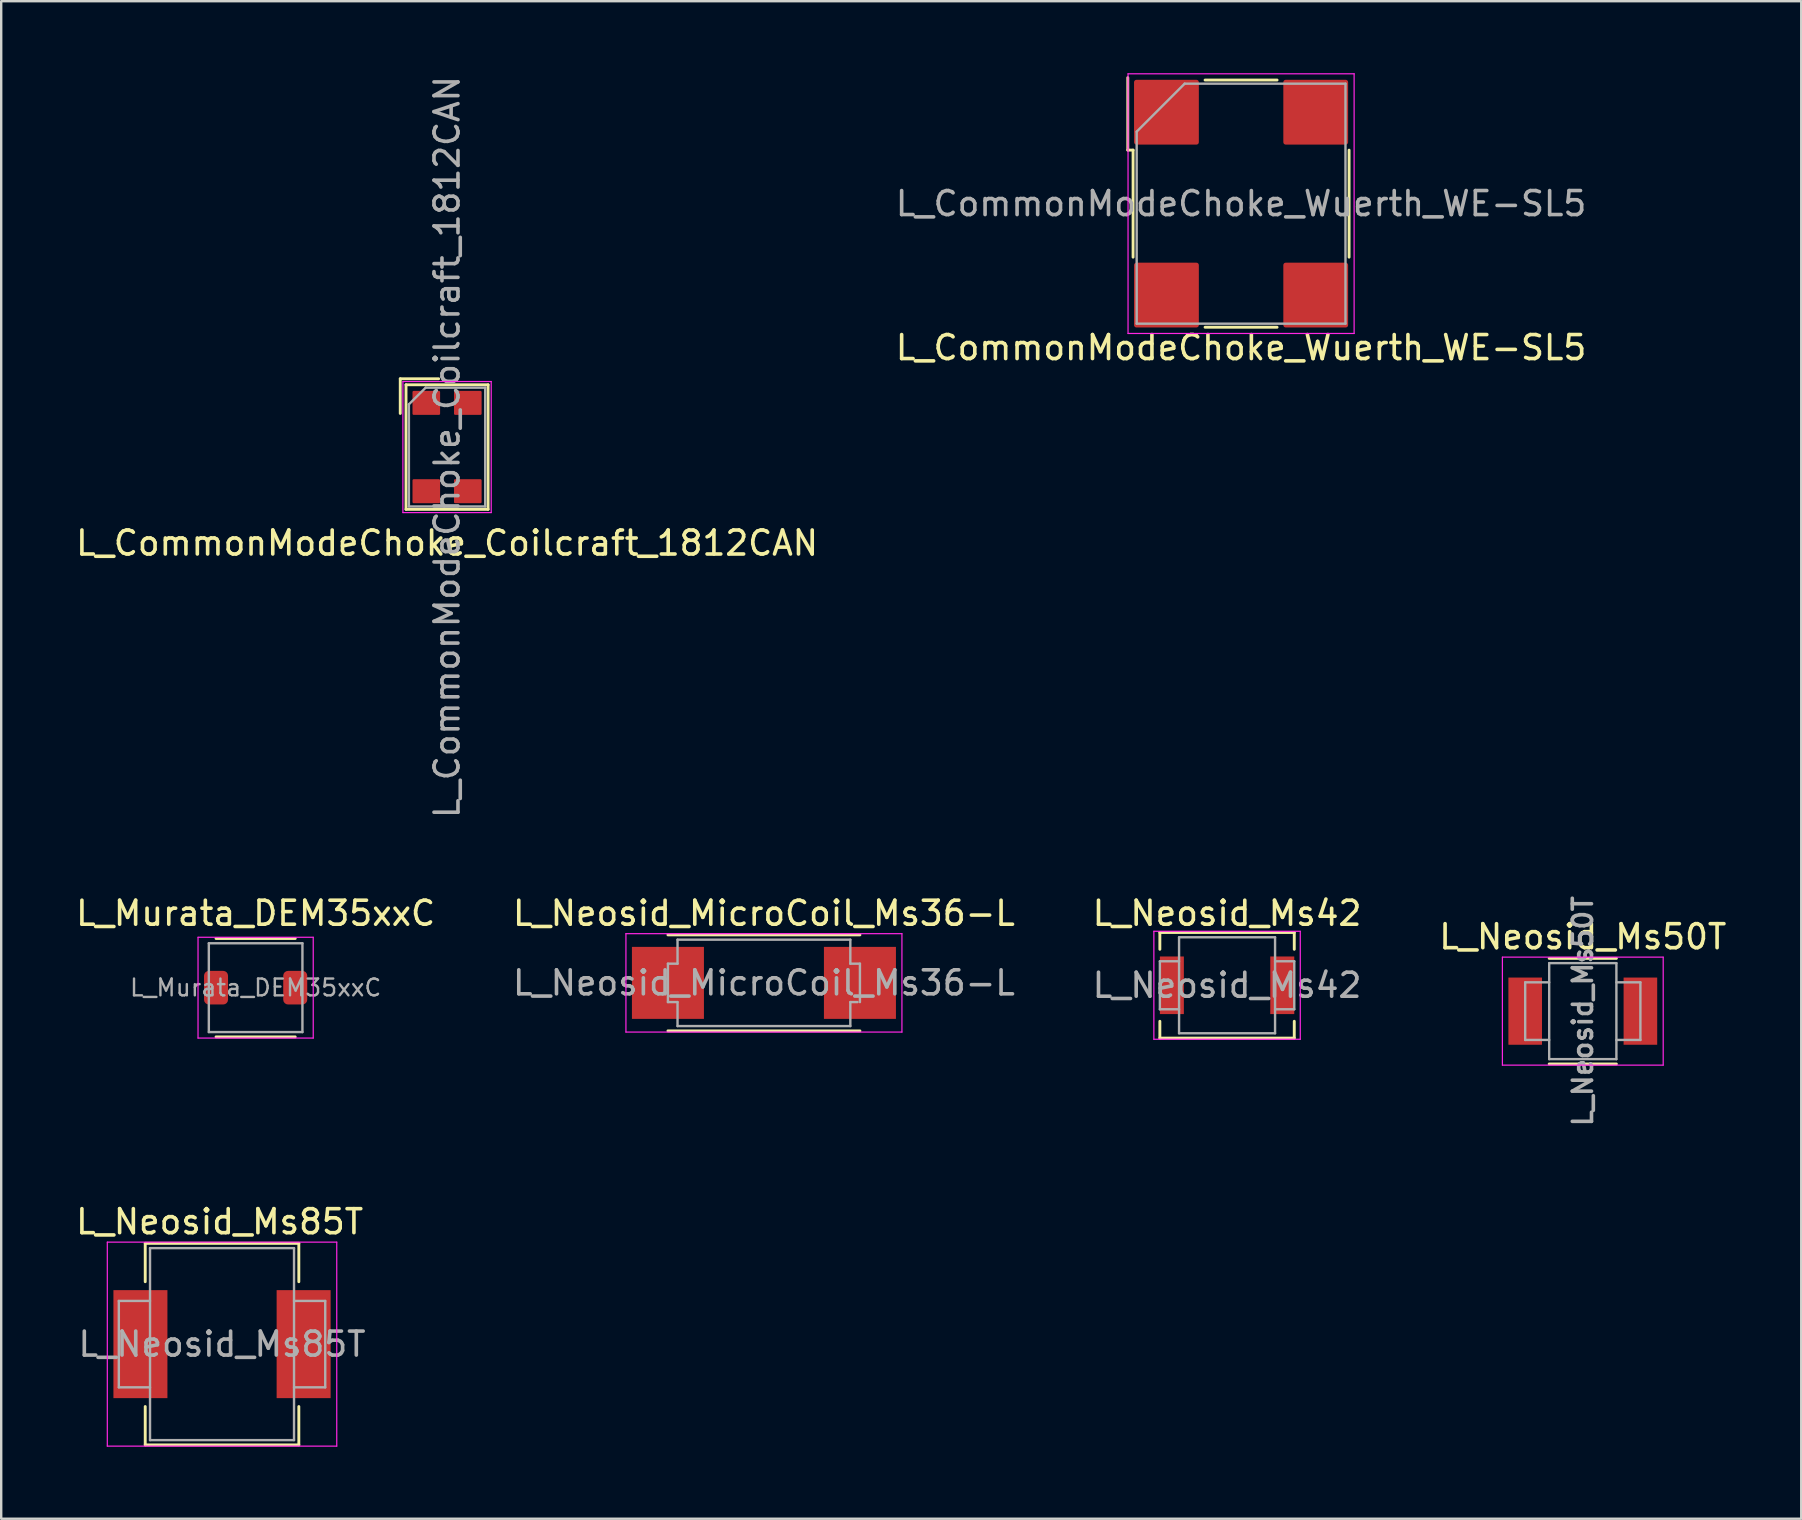
<source format=kicad_pcb>
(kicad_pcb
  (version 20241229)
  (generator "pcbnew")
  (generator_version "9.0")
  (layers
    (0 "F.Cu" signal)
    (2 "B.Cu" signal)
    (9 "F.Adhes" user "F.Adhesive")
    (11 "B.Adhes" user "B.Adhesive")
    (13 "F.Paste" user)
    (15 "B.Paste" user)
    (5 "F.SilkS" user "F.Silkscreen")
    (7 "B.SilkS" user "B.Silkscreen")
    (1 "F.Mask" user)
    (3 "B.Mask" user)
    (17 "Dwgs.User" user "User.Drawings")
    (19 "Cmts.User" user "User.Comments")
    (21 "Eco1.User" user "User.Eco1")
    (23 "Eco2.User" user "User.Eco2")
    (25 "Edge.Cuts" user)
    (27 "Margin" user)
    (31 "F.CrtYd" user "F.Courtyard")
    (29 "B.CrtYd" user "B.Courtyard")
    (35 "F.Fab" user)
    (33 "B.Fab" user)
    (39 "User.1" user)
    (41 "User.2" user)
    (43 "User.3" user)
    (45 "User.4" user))
  (footprint "L_Neosid_Ms85T"
    (layer "F.Cu")
    (at 6.201 52.955)
    (property "Reference" "L_Neosid_Ms85T" (at -0.1 -5.1 0) (layer "F.SilkS") (effects (font (size 1 1) (thickness 0.15))))
    (attr smd)
    (fp_line (start -3.2 -4.2) (end -3.2 -2.6) (stroke (width 0.12) (type solid)) (layer "F.SilkS"))
    (fp_line (start -3.2 2.6) (end -3.2 4.2) (stroke (width 0.12) (type solid)) (layer "F.SilkS"))
    (fp_line (start -3.2 4.2) (end 3.2 4.2) (stroke (width 0.12) (type solid)) (layer "F.SilkS"))
    (fp_line (start 3.2 -4.2) (end -3.2 -4.2) (stroke (width 0.12) (type solid)) (layer "F.SilkS"))
    (fp_line (start 3.2 -2.6) (end 3.2 -4.2) (stroke (width 0.12) (type solid)) (layer "F.SilkS"))
    (fp_line (start 3.2 4.2) (end 3.2 2.6) (stroke (width 0.12) (type solid)) (layer "F.SilkS"))
    (fp_line (start -4.78 -4.25) (end -4.78 4.25) (stroke (width 0.05) (type solid)) (layer "F.CrtYd"))
    (fp_line (start -4.78 -4.25) (end 4.78 -4.25) (stroke (width 0.05) (type solid)) (layer "F.CrtYd"))
    (fp_line (start 4.78 4.25) (end -4.78 4.25) (stroke (width 0.05) (type solid)) (layer "F.CrtYd"))
    (fp_line (start 4.78 4.25) (end 4.78 -4.25) (stroke (width 0.05) (type solid)) (layer "F.CrtYd"))
    (fp_line (start -4.3 -1.8) (end -4.3 1.8) (stroke (width 0.1) (type solid)) (layer "F.Fab"))
    (fp_line (start -4.3 -1.8) (end -3 -1.8) (stroke (width 0.1) (type solid)) (layer "F.Fab"))
    (fp_line (start -4.3 1.8) (end -3 1.8) (stroke (width 0.1) (type solid)) (layer "F.Fab"))
    (fp_line (start -3 -4) (end 3 -4) (stroke (width 0.1) (type solid)) (layer "F.Fab"))
    (fp_line (start -3 4) (end -3 -4) (stroke (width 0.1) (type solid)) (layer "F.Fab"))
    (fp_line (start 3 -4) (end 3 4) (stroke (width 0.1) (type solid)) (layer "F.Fab"))
    (fp_line (start 3 1.8) (end 4.3 1.8) (stroke (width 0.1) (type solid)) (layer "F.Fab"))
    (fp_line (start 3 4) (end -3 4) (stroke (width 0.1) (type solid)) (layer "F.Fab"))
    (fp_line (start 4.3 -1.8) (end 3 -1.8) (stroke (width 0.1) (type solid)) (layer "F.Fab"))
    (fp_line (start 4.3 1.8) (end 4.3 -1.8) (stroke (width 0.1) (type solid)) (layer "F.Fab"))
    (fp_text user "${REFERENCE}" (at 0 0 0) (layer "F.Fab") (effects (font (size 1 1) (thickness 0.15))))
    (pad "1" smd rect (at -3.4 0) (size 2.25 4.5) (layers "F.Cu" "F.Mask" "F.Paste"))
    (pad "2" smd rect (at 3.4 0) (size 2.25 4.5) (layers "F.Cu" "F.Mask" "F.Paste")))
  (footprint "L_Neosid_MicroCoil_Ms36-L"
    (layer "F.Cu")
    (at 28.78 37.903)
    (property "Reference" "L_Neosid_MicroCoil_Ms36-L" (at 0 -2.9 0) (layer "F.SilkS") (effects (font (size 1 1) (thickness 0.15))))
    (attr smd)
    (fp_line (start 4 -2) (end -4 -2) (stroke (width 0.12) (type solid)) (layer "F.SilkS"))
    (fp_line (start 4 2) (end -4 2) (stroke (width 0.12) (type solid)) (layer "F.SilkS"))
    (fp_line (start -5.75 -2.05) (end -5.75 2.05) (stroke (width 0.05) (type solid)) (layer "F.CrtYd"))
    (fp_line (start -5.75 -2.05) (end 5.75 -2.05) (stroke (width 0.05) (type solid)) (layer "F.CrtYd"))
    (fp_line (start 5.75 2.05) (end -5.75 2.05) (stroke (width 0.05) (type solid)) (layer "F.CrtYd"))
    (fp_line (start 5.75 2.05) (end 5.75 -2.05) (stroke (width 0.05) (type solid)) (layer "F.CrtYd"))
    (fp_line (start -4 -0.8) (end -3.6 -0.8) (stroke (width 0.1) (type solid)) (layer "F.Fab"))
    (fp_line (start -4 0.8) (end -4 -0.8) (stroke (width 0.1) (type solid)) (layer "F.Fab"))
    (fp_line (start -4 0.8) (end -3.6 0.8) (stroke (width 0.1) (type solid)) (layer "F.Fab"))
    (fp_line (start -3.6 -1.8) (end 3.6 -1.8) (stroke (width 0.1) (type solid)) (layer "F.Fab"))
    (fp_line (start -3.6 -0.8) (end -3.6 -1.8) (stroke (width 0.1) (type solid)) (layer "F.Fab"))
    (fp_line (start -3.6 1.8) (end -3.6 0.8) (stroke (width 0.1) (type solid)) (layer "F.Fab"))
    (fp_line (start 3.6 -0.8) (end 3.6 -1.8) (stroke (width 0.1) (type solid)) (layer "F.Fab"))
    (fp_line (start 3.6 0.8) (end 3.9 0.8) (stroke (width 0.1) (type solid)) (layer "F.Fab"))
    (fp_line (start 3.6 1.8) (end -3.6 1.8) (stroke (width 0.1) (type solid)) (layer "F.Fab"))
    (fp_line (start 3.6 1.8) (end 3.6 0.8) (stroke (width 0.1) (type solid)) (layer "F.Fab"))
    (fp_line (start 4 -0.8) (end 3.6 -0.8) (stroke (width 0.1) (type solid)) (layer "F.Fab"))
    (fp_line (start 4 -0.8) (end 4 0.8) (stroke (width 0.1) (type solid)) (layer "F.Fab"))
    (fp_text user "${REFERENCE}" (at 0 0 0) (layer "F.Fab") (effects (font (size 1 1) (thickness 0.15))))
    (pad "1" smd rect (at -4 0) (size 3 3) (layers "F.Cu" "F.Mask" "F.Paste"))
    (pad "2" smd rect (at 4 0) (size 3 3) (layers "F.Cu" "F.Mask" "F.Paste")))
  (footprint "L_Murata_DEM35xxC"
    (layer "F.Cu")
    (at 7.601 38.103)
    (property "Reference" "L_Murata_DEM35xxC" (at 0 -3.1 0) (layer "F.SilkS") (effects (font (size 1 1) (thickness 0.15))))
    (attr smd)
    (fp_line (start -1.65 -2.05) (end 1.65 -2.05) (stroke (width 0.12) (type solid)) (layer "F.SilkS"))
    (fp_line (start -1.65 2.05) (end 1.65 2.05) (stroke (width 0.12) (type solid)) (layer "F.SilkS"))
    (fp_line (start -2.4 -2.1) (end -2.4 2.1) (stroke (width 0.05) (type solid)) (layer "F.CrtYd"))
    (fp_line (start -2.4 2.1) (end 2.4 2.1) (stroke (width 0.05) (type solid)) (layer "F.CrtYd"))
    (fp_line (start 2.4 -2.1) (end -2.4 -2.1) (stroke (width 0.05) (type solid)) (layer "F.CrtYd"))
    (fp_line (start 2.4 2.1) (end 2.4 -2.1) (stroke (width 0.05) (type solid)) (layer "F.CrtYd"))
    (fp_line (start -1.95 -1.85) (end 1.95 -1.85) (stroke (width 0.1) (type solid)) (layer "F.Fab"))
    (fp_line (start -1.95 1.85) (end -1.95 -1.85) (stroke (width 0.1) (type solid)) (layer "F.Fab"))
    (fp_line (start 1.95 -1.85) (end 1.95 1.85) (stroke (width 0.1) (type solid)) (layer "F.Fab"))
    (fp_line (start 1.95 1.85) (end -1.95 1.85) (stroke (width 0.1) (type solid)) (layer "F.Fab"))
    (fp_text user "${REFERENCE}" (at 0 0 0) (layer "F.Fab") (effects (font (size 0.7 0.7) (thickness 0.1))))
    (pad "1" smd roundrect (at -1.65 0) (size 1 1.4) (layers "F.Cu" "F.Mask" "F.Paste") (roundrect_rratio 0.2))
    (pad "2" smd roundrect (at 1.65 0) (size 1 1.4) (layers "F.Cu" "F.Mask" "F.Paste") (roundrect_rratio 0.2)))
  (footprint "L_CommonModeChoke_Wuerth_WE-SL5"
    (layer "F.Cu")
    (at 48.661 5.435)
    (property "Reference" "L_CommonModeChoke_Wuerth_WE-SL5" (at 0 6 0) (layer "F.SilkS") (effects (font (size 1 1) (thickness 0.15))))
    (attr smd)
    (fp_line (start -4.72 -2.23) (end -4.72 -5.25) (stroke (width 0.12) (type solid)) (layer "F.SilkS"))
    (fp_line (start -4.5 -2.23) (end -4.72 -2.23) (stroke (width 0.12) (type solid)) (layer "F.SilkS"))
    (fp_line (start -4.5 2.23) (end -4.5 -2.23) (stroke (width 0.12) (type solid)) (layer "F.SilkS"))
    (fp_line (start -1.5 -5.15) (end 1.5 -5.15) (stroke (width 0.12) (type solid)) (layer "F.SilkS"))
    (fp_line (start -1.5 5.15) (end 1.5 5.15) (stroke (width 0.12) (type solid)) (layer "F.SilkS"))
    (fp_line (start 4.5 2.23) (end 4.5 -2.23) (stroke (width 0.12) (type solid)) (layer "F.SilkS"))
    (fp_line (start -4.71 -5.41) (end 4.71 -5.41) (stroke (width 0.05) (type solid)) (layer "F.CrtYd"))
    (fp_line (start -4.71 5.41) (end -4.71 -5.41) (stroke (width 0.05) (type solid)) (layer "F.CrtYd"))
    (fp_line (start -4.71 5.41) (end 4.71 5.41) (stroke (width 0.05) (type solid)) (layer "F.CrtYd"))
    (fp_line (start 4.71 5.41) (end 4.71 -5.41) (stroke (width 0.05) (type solid)) (layer "F.CrtYd"))
    (fp_line (start -4.35 -3) (end -2.35 -5) (stroke (width 0.1) (type solid)) (layer "F.Fab"))
    (fp_line (start -4.35 5) (end -4.35 -3) (stroke (width 0.1) (type solid)) (layer "F.Fab"))
    (fp_line (start -2.35 -5) (end 4.35 -5) (stroke (width 0.1) (type solid)) (layer "F.Fab"))
    (fp_line (start 4.35 -5) (end 4.35 5) (stroke (width 0.1) (type solid)) (layer "F.Fab"))
    (fp_line (start 4.35 5) (end -4.35 5) (stroke (width 0.1) (type solid)) (layer "F.Fab"))
    (fp_text user "${REFERENCE}" (at 0 0 0) (layer "F.Fab") (effects (font (size 1 1) (thickness 0.15))))
    (pad "1" smd roundrect (at -3.11 -3.81 90) (size 2.7 2.7) (layers "F.Cu" "F.Mask" "F.Paste") (roundrect_rratio 0.037))
    (pad "2" smd roundrect (at -3.11 3.81 90) (size 2.7 2.7) (layers "F.Cu" "F.Mask" "F.Paste") (roundrect_rratio 0.037))
    (pad "3" smd roundrect (at 3.11 3.81 90) (size 2.7 2.7) (layers "F.Cu" "F.Mask" "F.Paste") (roundrect_rratio 0.037))
    (pad "4" smd roundrect (at 3.11 -3.81 90) (size 2.7 2.7) (layers "F.Cu" "F.Mask" "F.Paste") (roundrect_rratio 0.037)))
  (footprint "L_CommonModeChoke_Coilcraft_1812CAN"
    (layer "F.Cu")
    (at 15.577 15.577)
    (property "Reference" "L_CommonModeChoke_Coilcraft_1812CAN" (at 0 4 0) (layer "F.SilkS") (effects (font (size 1 1) (thickness 0.15))))
    (attr smd)
    (fp_line (start -1.95 -2.845) (end -1.95 -1.4) (stroke (width 0.12) (type solid)) (layer "F.SilkS"))
    (fp_line (start -1.95 -2.845) (end -0.35 -2.845) (stroke (width 0.12) (type solid)) (layer "F.SilkS"))
    (fp_line (start -1.71 -2.595) (end -1.71 2.595) (stroke (width 0.12) (type solid)) (layer "F.SilkS"))
    (fp_line (start -1.71 -2.595) (end 1.71 -2.595) (stroke (width 0.12) (type solid)) (layer "F.SilkS"))
    (fp_line (start -1.71 2.595) (end 1.71 2.595) (stroke (width 0.12) (type solid)) (layer "F.SilkS"))
    (fp_line (start 1.71 -2.595) (end 1.71 2.595) (stroke (width 0.12) (type solid)) (layer "F.SilkS"))
    (fp_line (start -1.84 -2.73) (end 1.84 -2.73) (stroke (width 0.05) (type solid)) (layer "F.CrtYd"))
    (fp_line (start -1.84 2.73) (end -1.84 -2.73) (stroke (width 0.05) (type solid)) (layer "F.CrtYd"))
    (fp_line (start -1.84 2.73) (end 1.84 2.73) (stroke (width 0.05) (type solid)) (layer "F.CrtYd"))
    (fp_line (start 1.84 2.73) (end 1.84 -2.73) (stroke (width 0.05) (type solid)) (layer "F.CrtYd"))
    (fp_line (start -1.59 -1.78) (end -1.59 2.475) (stroke (width 0.1) (type solid)) (layer "F.Fab"))
    (fp_line (start -1.59 -1.78) (end -0.89 -2.475) (stroke (width 0.1) (type solid)) (layer "F.Fab"))
    (fp_line (start -1.59 2.475) (end 1.59 2.475) (stroke (width 0.1) (type solid)) (layer "F.Fab"))
    (fp_line (start -0.89 -2.475) (end 1.59 -2.475) (stroke (width 0.1) (type solid)) (layer "F.Fab"))
    (fp_line (start 1.59 -2.475) (end 1.59 2.475) (stroke (width 0.1) (type solid)) (layer "F.Fab"))
    (fp_text user "${REFERENCE}" (at 0 0 90) (layer "F.Fab") (effects (font (size 1 1) (thickness 0.15))))
    (pad "1" smd roundrect (at -0.865 -1.84) (size 1.15 1) (layers "F.Cu" "F.Mask" "F.Paste") (roundrect_rratio 0.05))
    (pad "2" smd roundrect (at -0.865 1.84) (size 1.15 1) (layers "F.Cu" "F.Mask" "F.Paste") (roundrect_rratio 0.05))
    (pad "3" smd roundrect (at 0.865 1.84) (size 1.15 1) (layers "F.Cu" "F.Mask" "F.Paste") (roundrect_rratio 0.05))
    (pad "4" smd roundrect (at 0.865 -1.84) (size 1.15 1) (layers "F.Cu" "F.Mask" "F.Paste") (roundrect_rratio 0.05)))
  (footprint "L_Neosid_Ms42"
    (layer "F.Cu")
    (at 48.077 38.003)
    (property "Reference" "L_Neosid_Ms42" (at 0 -3 0) (layer "F.SilkS") (effects (font (size 1 1) (thickness 0.15))))
    (attr smd)
    (fp_line (start -2.8 -2.2) (end -2.8 -1.5) (stroke (width 0.12) (type solid)) (layer "F.SilkS"))
    (fp_line (start -2.8 2.2) (end -2.8 1.5) (stroke (width 0.12) (type solid)) (layer "F.SilkS"))
    (fp_line (start 2.8 -2.2) (end -2.8 -2.2) (stroke (width 0.12) (type solid)) (layer "F.SilkS"))
    (fp_line (start 2.8 -2.2) (end 2.8 -1.5) (stroke (width 0.12) (type solid)) (layer "F.SilkS"))
    (fp_line (start 2.8 1.5) (end 2.8 2.2) (stroke (width 0.12) (type solid)) (layer "F.SilkS"))
    (fp_line (start 2.8 2.2) (end -2.8 2.2) (stroke (width 0.12) (type solid)) (layer "F.SilkS"))
    (fp_line (start -3.05 -2.25) (end -3.05 2.25) (stroke (width 0.05) (type solid)) (layer "F.CrtYd"))
    (fp_line (start -3.05 -2.25) (end 3.05 -2.25) (stroke (width 0.05) (type solid)) (layer "F.CrtYd"))
    (fp_line (start 3.05 2.25) (end -3.05 2.25) (stroke (width 0.05) (type solid)) (layer "F.CrtYd"))
    (fp_line (start 3.05 2.25) (end 3.05 -2.25) (stroke (width 0.05) (type solid)) (layer "F.CrtYd"))
    (fp_line (start -2.8 -1) (end -2 -1) (stroke (width 0.1) (type solid)) (layer "F.Fab"))
    (fp_line (start -2.8 1) (end -2.8 -1) (stroke (width 0.1) (type solid)) (layer "F.Fab"))
    (fp_line (start -2 -2) (end 2 -2) (stroke (width 0.1) (type solid)) (layer "F.Fab"))
    (fp_line (start -2 1) (end -2.8 1) (stroke (width 0.1) (type solid)) (layer "F.Fab"))
    (fp_line (start -2 2) (end -2 -2) (stroke (width 0.1) (type solid)) (layer "F.Fab"))
    (fp_line (start 2 -2) (end 2 2) (stroke (width 0.1) (type solid)) (layer "F.Fab"))
    (fp_line (start 2 -1) (end 2.8 -1) (stroke (width 0.1) (type solid)) (layer "F.Fab"))
    (fp_line (start 2 2) (end -2 2) (stroke (width 0.1) (type solid)) (layer "F.Fab"))
    (fp_line (start 2.8 -1) (end 2.8 1) (stroke (width 0.1) (type solid)) (layer "F.Fab"))
    (fp_line (start 2.8 1) (end 2 1) (stroke (width 0.1) (type solid)) (layer "F.Fab"))
    (fp_text user "${REFERENCE}" (at 0 0 0) (layer "F.Fab") (effects (font (size 1 1) (thickness 0.15))))
    (pad "1" smd rect (at -2.3 0) (size 1 2.4) (layers "F.Cu" "F.Mask" "F.Paste"))
    (pad "2" smd rect (at 2.3 0) (size 1 2.4) (layers "F.Cu" "F.Mask" "F.Paste")))
  (footprint "L_Neosid_Ms50T"
    (layer "F.Cu")
    (at 62.899 39.081)
    (property "Reference" "L_Neosid_Ms50T" (at 0 -3.1 0) (layer "F.SilkS") (effects (font (size 1 1) (thickness 0.15))))
    (attr smd)
    (fp_line (start -1.4 2.2) (end 1.4 2.2) (stroke (width 0.12) (type solid)) (layer "F.SilkS"))
    (fp_line (start 1.4 -2.2) (end -1.4 -2.2) (stroke (width 0.12) (type solid)) (layer "F.SilkS"))
    (fp_line (start -3.35 -2.25) (end -3.35 2.25) (stroke (width 0.05) (type solid)) (layer "F.CrtYd"))
    (fp_line (start -3.35 -2.25) (end 3.35 -2.25) (stroke (width 0.05) (type solid)) (layer "F.CrtYd"))
    (fp_line (start 3.35 2.25) (end -3.35 2.25) (stroke (width 0.05) (type solid)) (layer "F.CrtYd"))
    (fp_line (start 3.35 2.25) (end 3.35 -2.25) (stroke (width 0.05) (type solid)) (layer "F.CrtYd"))
    (fp_line (start -2.4 -1.2) (end -2.4 1.2) (stroke (width 0.1) (type solid)) (layer "F.Fab"))
    (fp_line (start -2.4 -1.2) (end -1.4 -1.2) (stroke (width 0.1) (type solid)) (layer "F.Fab"))
    (fp_line (start -2.4 1.2) (end -1.4 1.2) (stroke (width 0.1) (type solid)) (layer "F.Fab"))
    (fp_line (start -1.4 -2) (end -1.4 2) (stroke (width 0.1) (type solid)) (layer "F.Fab"))
    (fp_line (start -1.4 2) (end 1.4 2) (stroke (width 0.1) (type solid)) (layer "F.Fab"))
    (fp_line (start 1.4 -2) (end -1.4 -2) (stroke (width 0.1) (type solid)) (layer "F.Fab"))
    (fp_line (start 1.4 1.2) (end 2.4 1.2) (stroke (width 0.1) (type solid)) (layer "F.Fab"))
    (fp_line (start 1.4 2) (end 1.4 -2) (stroke (width 0.1) (type solid)) (layer "F.Fab"))
    (fp_line (start 2.4 -1.2) (end 1.4 -1.2) (stroke (width 0.1) (type solid)) (layer "F.Fab"))
    (fp_line (start 2.4 1.2) (end 2.4 -1.2) (stroke (width 0.1) (type solid)) (layer "F.Fab"))
    (fp_text user "${REFERENCE}" (at 0 0 90) (layer "F.Fab") (effects (font (size 0.8 0.8) (thickness 0.15))))
    (pad "1" smd rect (at -2.4 0) (size 1.4 2.8) (layers "F.Cu" "F.Mask" "F.Paste"))
    (pad "2" smd rect (at 2.4 0) (size 1.4 2.8) (layers "F.Cu" "F.Mask" "F.Paste")))
  (gr_rect
    (start -3 -3)
    (end 72 60.23)
    (stroke (width 0.1) (type default))
    (fill no)
    (layer "Edge.Cuts")))
</source>
